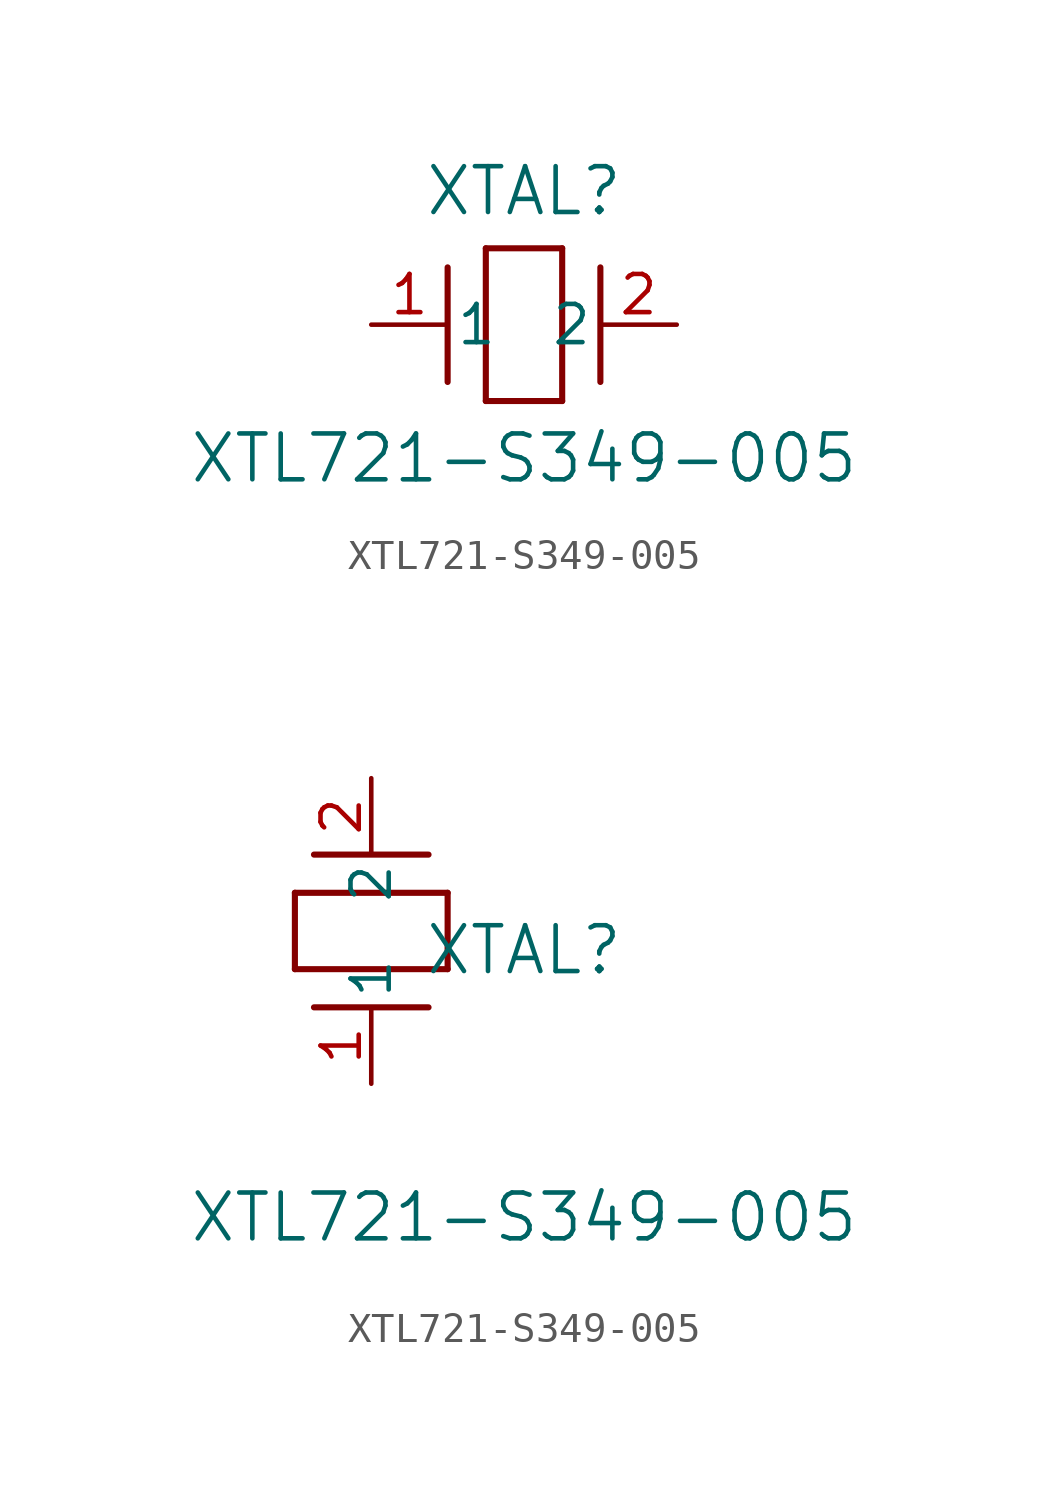
<source format=kicad_sym>
(kicad_symbol_lib
  (version 20211014)
  (generator kicad_symbol_editor)
  (symbol "XTL721-S349-005"
    (pin_names
      (offset 0.254))
    (property "Reference" "XTAL"
      (at 5.08 4.445 0)
      (effects (font (size 1.524 1.524))))
    (property "Value" "XTL721-S349-005"
      (at 5.08 -4.445 0)
      (effects (font (size 1.524 1.524))))
    (symbol "XTL721-S349-005_1_1"
      (polyline (pts (xy 2.54 -1.905) (xy 2.54 1.905)) (stroke (width .2032) (type default) (color 0 0 0 0)) (fill (type none)))
      (polyline (pts (xy 6.35 2.54) (xy 6.35 -2.54)) (stroke (width .2032) (type default) (color 0 0 0 0)) (fill (type none)))
      (polyline (pts (xy 7.62 -1.905) (xy 7.62 1.905)) (stroke (width .2032) (type default) (color 0 0 0 0)) (fill (type none)))
      (polyline (pts (xy 6.35 -2.54) (xy 3.81 -2.54)) (stroke (width .2032) (type default) (color 0 0 0 0)) (fill (type none)))
      (polyline (pts (xy 3.81 2.54) (xy 6.35 2.54)) (stroke (width .2032) (type default) (color 0 0 0 0)) (fill (type none)))
      (polyline (pts (xy 3.81 -2.54) (xy 3.81 2.54)) (stroke (width .2032) (type default) (color 0 0 0 0)) (fill (type none)))
      (pin unspecified line (at 0 0 0) (length 2.54) (name "1" (effects (font (size 1.27 1.27)))) (number "1" (effects (font (size 1.27 1.27)))))
      (pin unspecified line (at 10.16 0 180) (length 2.54) (name "2" (effects (font (size 1.27 1.27)))) (number "2" (effects (font (size 1.27 1.27))))))
    (symbol "XTL721-S349-005_1_2"
      (polyline (pts (xy 1.905 7.62) (xy -1.905 7.62)) (stroke (width .2032) (type default) (color 0 0 0 0)) (fill (type none)))
      (polyline (pts (xy -2.54 3.81) (xy -2.54 6.35)) (stroke (width .2032) (type default) (color 0 0 0 0)) (fill (type none)))
      (polyline (pts (xy 1.905 2.54) (xy -1.905 2.54)) (stroke (width .2032) (type default) (color 0 0 0 0)) (fill (type none)))
      (polyline (pts (xy 2.54 6.35) (xy 2.54 3.81)) (stroke (width .2032) (type default) (color 0 0 0 0)) (fill (type none)))
      (polyline (pts (xy -2.54 6.35) (xy 2.54 6.35)) (stroke (width .2032) (type default) (color 0 0 0 0)) (fill (type none)))
      (polyline (pts (xy 2.54 3.81) (xy -2.54 3.81)) (stroke (width .2032) (type default) (color 0 0 0 0)) (fill (type none)))
      (pin unspecified line (at 0 0 90) (length 2.54) (name "1" (effects (font (size 1.27 1.27)))) (number "1" (effects (font (size 1.27 1.27)))))
      (pin unspecified line (at 0 10.16 270) (length 2.54) (name "2" (effects (font (size 1.27 1.27)))) (number "2" (effects (font (size 1.27 1.27))))))))
</source>
